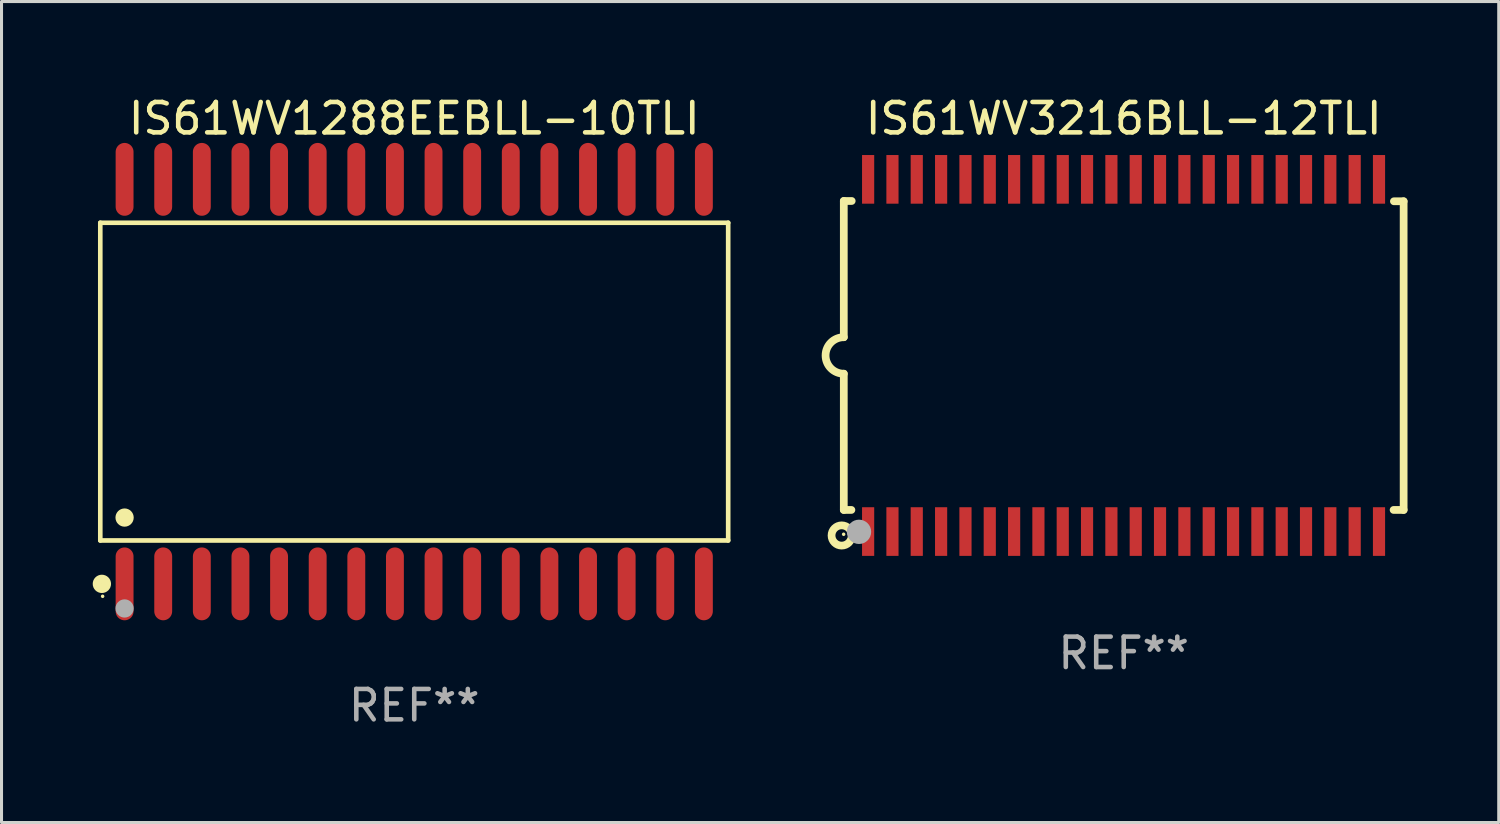
<source format=kicad_pcb>
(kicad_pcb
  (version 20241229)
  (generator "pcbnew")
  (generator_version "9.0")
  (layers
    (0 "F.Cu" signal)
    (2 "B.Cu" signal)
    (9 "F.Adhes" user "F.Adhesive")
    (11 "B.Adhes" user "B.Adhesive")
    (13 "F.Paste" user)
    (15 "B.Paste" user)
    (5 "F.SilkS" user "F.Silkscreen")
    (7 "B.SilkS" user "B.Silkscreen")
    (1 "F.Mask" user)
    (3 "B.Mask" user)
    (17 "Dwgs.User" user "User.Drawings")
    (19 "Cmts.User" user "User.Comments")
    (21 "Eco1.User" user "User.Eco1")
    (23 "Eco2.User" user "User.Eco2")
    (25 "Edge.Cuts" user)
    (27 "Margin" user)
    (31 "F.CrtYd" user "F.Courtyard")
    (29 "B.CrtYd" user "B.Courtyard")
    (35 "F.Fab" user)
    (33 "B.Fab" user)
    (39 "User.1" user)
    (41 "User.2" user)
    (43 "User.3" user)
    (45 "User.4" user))
  (footprint "IS61WV1288EEBLL-10TLI"
    (layer "F.Cu")
    (at 10.572 9.499)
    (property "Reference" "IS61WV1288EEBLL-10TLI" (at 0 -8.651 0) (layer "F.SilkS") (effects (font (size 1 1) (thickness 0.15))))
    (attr through_hole)
    (fp_line (start -10.324 -5.224) (end 10.324 -5.224) (stroke (width 0.152) (type solid)) (layer "F.SilkS"))
    (fp_line (start -10.324 5.224) (end -10.324 -5.224) (stroke (width 0.152) (type solid)) (layer "F.SilkS"))
    (fp_line (start 10.324 -5.224) (end 10.324 5.224) (stroke (width 0.152) (type solid)) (layer "F.SilkS"))
    (fp_line (start 10.324 5.224) (end -10.324 5.224) (stroke (width 0.152) (type solid)) (layer "F.SilkS"))
    (fp_circle (center -10.272 6.651) (end -10.121 6.651) (stroke (width 0.3) (type solid)) (fill no) (layer "F.SilkS"))
    (fp_circle (center -10.247 7.06) (end -10.217 7.06) (stroke (width 0.06) (type solid)) (fill no) (layer "F.SilkS"))
    (fp_circle (center -9.525 4.471) (end -9.375 4.471) (stroke (width 0.3) (type solid)) (fill no) (layer "F.SilkS"))
    (fp_circle (center -9.525 7.46) (end -9.375 7.46) (stroke (width 0.3) (type solid)) (fill no) (layer "F.Fab"))
    (fp_text user "REF**" (at 0 10.651 0) (layer "F.Fab") (effects (font (size 1 1) (thickness 0.15))))
    (pad "1" smd oval (at -9.525 6.651) (size 0.588 2.396) (layers "F.Cu" "F.Mask" "F.Paste"))
    (pad "2" smd oval (at -8.255 6.651) (size 0.588 2.396) (layers "F.Cu" "F.Mask" "F.Paste"))
    (pad "3" smd oval (at -6.985 6.651) (size 0.588 2.396) (layers "F.Cu" "F.Mask" "F.Paste"))
    (pad "4" smd oval (at -5.715 6.651) (size 0.588 2.396) (layers "F.Cu" "F.Mask" "F.Paste"))
    (pad "5" smd oval (at -4.445 6.651) (size 0.588 2.396) (layers "F.Cu" "F.Mask" "F.Paste"))
    (pad "6" smd oval (at -3.175 6.651) (size 0.588 2.396) (layers "F.Cu" "F.Mask" "F.Paste"))
    (pad "7" smd oval (at -1.905 6.651) (size 0.588 2.396) (layers "F.Cu" "F.Mask" "F.Paste"))
    (pad "8" smd oval (at -0.635 6.651) (size 0.588 2.396) (layers "F.Cu" "F.Mask" "F.Paste"))
    (pad "9" smd oval (at 0.635 6.651) (size 0.588 2.396) (layers "F.Cu" "F.Mask" "F.Paste"))
    (pad "10" smd oval (at 1.905 6.651) (size 0.588 2.396) (layers "F.Cu" "F.Mask" "F.Paste"))
    (pad "11" smd oval (at 3.175 6.651) (size 0.588 2.396) (layers "F.Cu" "F.Mask" "F.Paste"))
    (pad "12" smd oval (at 4.445 6.651) (size 0.588 2.396) (layers "F.Cu" "F.Mask" "F.Paste"))
    (pad "13" smd oval (at 5.715 6.651) (size 0.588 2.396) (layers "F.Cu" "F.Mask" "F.Paste"))
    (pad "14" smd oval (at 6.985 6.651) (size 0.588 2.396) (layers "F.Cu" "F.Mask" "F.Paste"))
    (pad "15" smd oval (at 8.255 6.651) (size 0.588 2.396) (layers "F.Cu" "F.Mask" "F.Paste"))
    (pad "16" smd oval (at 9.525 6.651) (size 0.588 2.396) (layers "F.Cu" "F.Mask" "F.Paste"))
    (pad "17" smd oval (at 9.525 -6.651) (size 0.588 2.396) (layers "F.Cu" "F.Mask" "F.Paste"))
    (pad "18" smd oval (at 8.255 -6.651) (size 0.588 2.396) (layers "F.Cu" "F.Mask" "F.Paste"))
    (pad "19" smd oval (at 6.985 -6.651) (size 0.588 2.396) (layers "F.Cu" "F.Mask" "F.Paste"))
    (pad "20" smd oval (at 5.715 -6.651) (size 0.588 2.396) (layers "F.Cu" "F.Mask" "F.Paste"))
    (pad "21" smd oval (at 4.445 -6.651) (size 0.588 2.396) (layers "F.Cu" "F.Mask" "F.Paste"))
    (pad "22" smd oval (at 3.175 -6.651) (size 0.588 2.396) (layers "F.Cu" "F.Mask" "F.Paste"))
    (pad "23" smd oval (at 1.905 -6.651) (size 0.588 2.396) (layers "F.Cu" "F.Mask" "F.Paste"))
    (pad "24" smd oval (at 0.635 -6.651) (size 0.588 2.396) (layers "F.Cu" "F.Mask" "F.Paste"))
    (pad "25" smd oval (at -0.635 -6.651) (size 0.588 2.396) (layers "F.Cu" "F.Mask" "F.Paste"))
    (pad "26" smd oval (at -1.905 -6.651) (size 0.588 2.396) (layers "F.Cu" "F.Mask" "F.Paste"))
    (pad "27" smd oval (at -3.175 -6.651) (size 0.588 2.396) (layers "F.Cu" "F.Mask" "F.Paste"))
    (pad "28" smd oval (at -4.445 -6.651) (size 0.588 2.396) (layers "F.Cu" "F.Mask" "F.Paste"))
    (pad "29" smd oval (at -5.715 -6.651) (size 0.588 2.396) (layers "F.Cu" "F.Mask" "F.Paste"))
    (pad "30" smd oval (at -6.985 -6.651) (size 0.588 2.396) (layers "F.Cu" "F.Mask" "F.Paste"))
    (pad "31" smd oval (at -8.255 -6.651) (size 0.588 2.396) (layers "F.Cu" "F.Mask" "F.Paste"))
    (pad "32" smd oval (at -9.525 -6.651) (size 0.588 2.396) (layers "F.Cu" "F.Mask" "F.Paste")))
  (footprint "IS61WV3216BLL-12TLI"
    (layer "F.Cu")
    (at 33.903 8.639)
    (property "Reference" "IS61WV3216BLL-12TLI" (at 0 -7.791 0) (layer "F.SilkS") (effects (font (size 1 1) (thickness 0.15))))
    (attr through_hole)
    (fp_line (start -9.205 -5.08) (end -9.205 -0.6) (stroke (width 0.254) (type solid)) (layer "F.SilkS"))
    (fp_line (start -9.205 5.08) (end -9.205 0.6) (stroke (width 0.254) (type solid)) (layer "F.SilkS"))
    (fp_line (start -8.955 5.08) (end -9.205 5.08) (stroke (width 0.254) (type solid)) (layer "F.SilkS"))
    (fp_line (start -8.945 -5.08) (end -9.205 -5.08) (stroke (width 0.254) (type solid)) (layer "F.SilkS"))
    (fp_line (start 8.885 -5.07) (end 9.205 -5.07) (stroke (width 0.254) (type solid)) (layer "F.SilkS"))
    (fp_line (start 9.205 -5.07) (end 9.205 5.08) (stroke (width 0.254) (type solid)) (layer "F.SilkS"))
    (fp_line (start 9.205 5.08) (end 8.875 5.08) (stroke (width 0.254) (type solid)) (layer "F.SilkS"))
    (fp_arc (start -9.204978 0.6) (mid -9.804623 0.000241) (end -9.204902 -0.599442) (stroke (width 0.254001) (type solid)) (layer "F.SilkS"))
    (fp_circle (center -9.275 5.92) (end -8.942 5.92) (stroke (width 0.254) (type solid)) (fill no) (layer "F.SilkS"))
    (fp_circle (center -9.21 5.88) (end -9.18 5.88) (stroke (width 0.06) (type solid)) (fill no) (layer "F.SilkS"))
    (fp_circle (center -8.705 5.8) (end -8.505 5.8) (stroke (width 0.4) (type solid)) (fill no) (layer "F.Fab"))
    (fp_text user "REF**" (at 0 9.791 0) (layer "F.Fab") (effects (font (size 1 1) (thickness 0.15))))
    (pad "1" smd rect (at -8.405 5.791) (size 0.4 1.6) (layers "F.Cu" "F.Mask" "F.Paste"))
    (pad "2" smd rect (at -7.605 5.791) (size 0.4 1.6) (layers "F.Cu" "F.Mask" "F.Paste"))
    (pad "3" smd rect (at -6.806 5.791) (size 0.4 1.6) (layers "F.Cu" "F.Mask" "F.Paste"))
    (pad "4" smd rect (at -6.005 5.791) (size 0.4 1.6) (layers "F.Cu" "F.Mask" "F.Paste"))
    (pad "5" smd rect (at -5.204 5.791) (size 0.4 1.6) (layers "F.Cu" "F.Mask" "F.Paste"))
    (pad "6" smd rect (at -4.405 5.791) (size 0.4 1.6) (layers "F.Cu" "F.Mask" "F.Paste"))
    (pad "7" smd rect (at -3.604 5.791) (size 0.4 1.6) (layers "F.Cu" "F.Mask" "F.Paste"))
    (pad "8" smd rect (at -2.805 5.791) (size 0.4 1.6) (layers "F.Cu" "F.Mask" "F.Paste"))
    (pad "9" smd rect (at -2.005 5.791) (size 0.4 1.6) (layers "F.Cu" "F.Mask" "F.Paste"))
    (pad "10" smd rect (at -1.206 5.791) (size 0.4 1.6) (layers "F.Cu" "F.Mask" "F.Paste"))
    (pad "11" smd rect (at -0.405 5.791) (size 0.4 1.6) (layers "F.Cu" "F.Mask" "F.Paste"))
    (pad "12" smd rect (at 0.395 5.791) (size 0.4 1.6) (layers "F.Cu" "F.Mask" "F.Paste"))
    (pad "13" smd rect (at 1.194 5.791) (size 0.4 1.6) (layers "F.Cu" "F.Mask" "F.Paste"))
    (pad "14" smd rect (at 1.995 5.791) (size 0.4 1.6) (layers "F.Cu" "F.Mask" "F.Paste"))
    (pad "15" smd rect (at 2.796 5.791) (size 0.4 1.6) (layers "F.Cu" "F.Mask" "F.Paste"))
    (pad "16" smd rect (at 3.595 5.791) (size 0.4 1.6) (layers "F.Cu" "F.Mask" "F.Paste"))
    (pad "17" smd rect (at 4.396 5.791) (size 0.4 1.6) (layers "F.Cu" "F.Mask" "F.Paste"))
    (pad "18" smd rect (at 5.196 5.791) (size 0.4 1.6) (layers "F.Cu" "F.Mask" "F.Paste"))
    (pad "19" smd rect (at 5.995 5.791) (size 0.4 1.6) (layers "F.Cu" "F.Mask" "F.Paste"))
    (pad "20" smd rect (at 6.794 5.791) (size 0.4 1.6) (layers "F.Cu" "F.Mask" "F.Paste"))
    (pad "21" smd rect (at 7.595 5.791) (size 0.4 1.6) (layers "F.Cu" "F.Mask" "F.Paste"))
    (pad "22" smd rect (at 8.395 5.791) (size 0.4 1.6) (layers "F.Cu" "F.Mask" "F.Paste"))
    (pad "23" smd rect (at 8.395 -5.791) (size 0.4 1.6) (layers "F.Cu" "F.Mask" "F.Paste"))
    (pad "24" smd rect (at 7.595 -5.791) (size 0.4 1.6) (layers "F.Cu" "F.Mask" "F.Paste"))
    (pad "25" smd rect (at 6.794 -5.791) (size 0.4 1.6) (layers "F.Cu" "F.Mask" "F.Paste"))
    (pad "26" smd rect (at 5.995 -5.791) (size 0.4 1.6) (layers "F.Cu" "F.Mask" "F.Paste"))
    (pad "27" smd rect (at 5.196 -5.791) (size 0.4 1.6) (layers "F.Cu" "F.Mask" "F.Paste"))
    (pad "28" smd rect (at 4.396 -5.791) (size 0.4 1.6) (layers "F.Cu" "F.Mask" "F.Paste"))
    (pad "29" smd rect (at 3.595 -5.791) (size 0.4 1.6) (layers "F.Cu" "F.Mask" "F.Paste"))
    (pad "30" smd rect (at 2.796 -5.791) (size 0.4 1.6) (layers "F.Cu" "F.Mask" "F.Paste"))
    (pad "31" smd rect (at 1.995 -5.791) (size 0.4 1.6) (layers "F.Cu" "F.Mask" "F.Paste"))
    (pad "32" smd rect (at 1.194 -5.791) (size 0.4 1.6) (layers "F.Cu" "F.Mask" "F.Paste"))
    (pad "33" smd rect (at 0.395 -5.791) (size 0.4 1.6) (layers "F.Cu" "F.Mask" "F.Paste"))
    (pad "34" smd rect (at -0.405 -5.791) (size 0.4 1.6) (layers "F.Cu" "F.Mask" "F.Paste"))
    (pad "35" smd rect (at -1.206 -5.791) (size 0.4 1.6) (layers "F.Cu" "F.Mask" "F.Paste"))
    (pad "36" smd rect (at -2.005 -5.791) (size 0.4 1.6) (layers "F.Cu" "F.Mask" "F.Paste"))
    (pad "37" smd rect (at -2.805 -5.791) (size 0.4 1.6) (layers "F.Cu" "F.Mask" "F.Paste"))
    (pad "38" smd rect (at -3.604 -5.791) (size 0.4 1.6) (layers "F.Cu" "F.Mask" "F.Paste"))
    (pad "39" smd rect (at -4.405 -5.791) (size 0.4 1.6) (layers "F.Cu" "F.Mask" "F.Paste"))
    (pad "40" smd rect (at -5.204 -5.791) (size 0.4 1.6) (layers "F.Cu" "F.Mask" "F.Paste"))
    (pad "41" smd rect (at -6.005 -5.791) (size 0.4 1.6) (layers "F.Cu" "F.Mask" "F.Paste"))
    (pad "42" smd rect (at -6.806 -5.791) (size 0.4 1.6) (layers "F.Cu" "F.Mask" "F.Paste"))
    (pad "43" smd rect (at -7.605 -5.791) (size 0.4 1.6) (layers "F.Cu" "F.Mask" "F.Paste"))
    (pad "44" smd rect (at -8.405 -5.791) (size 0.4 1.6) (layers "F.Cu" "F.Mask" "F.Paste")))
  (gr_rect
    (start -3 -3)
    (end 46.235 23.998)
    (stroke (width 0.1) (type default))
    (fill no)
    (layer "Edge.Cuts")))
</source>
